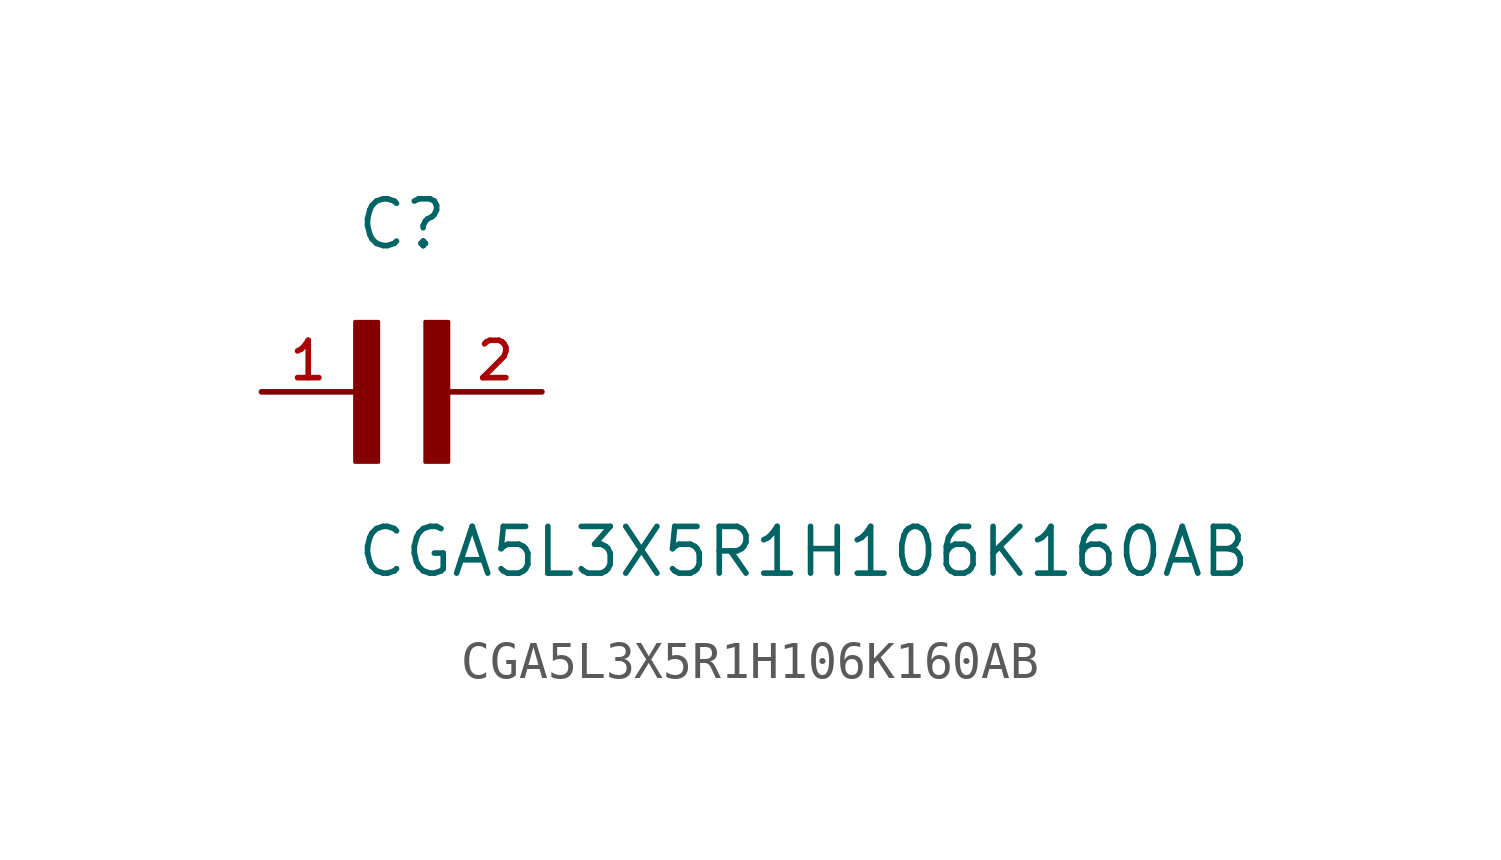
<source format=kicad_sym>
(kicad_symbol_lib
  (version 20211014)
  (generator kicad_symbol_editor)
  (symbol "CGA5L3X5R1H106K160AB"
    (pin_names
      (offset 1.016))
    (property "Reference" "C"
      (at 0.0 3.811 0)
      (effects (font (size 1.27 1.27)) (justify bottom left)))
    (property "Value" "CGA5L3X5R1H106K160AB"
      (at 0.0 -5.088 0)
      (effects (font (size 1.27 1.27)) (justify bottom left)))
    (symbol "CGA5L3X5R1H106K160AB_0_0"
      (rectangle (start 0.0 -1.907) (end 0.635 1.905) (stroke (width 0.1)) (fill (type outline)))
      (rectangle (start 1.907 -1.907) (end 2.54 1.905) (stroke (width 0.1)) (fill (type outline)))
      (pin passive line (at 5.08 0.0 180.0) (length 2.54) (name "~" (effects (font (size 1.016 1.016)))) (number "2" (effects (font (size 1.016 1.016)))))
      (pin passive line (at -2.54 0.0 0) (length 2.54) (name "~" (effects (font (size 1.016 1.016)))) (number "1" (effects (font (size 1.016 1.016))))))))
</source>
